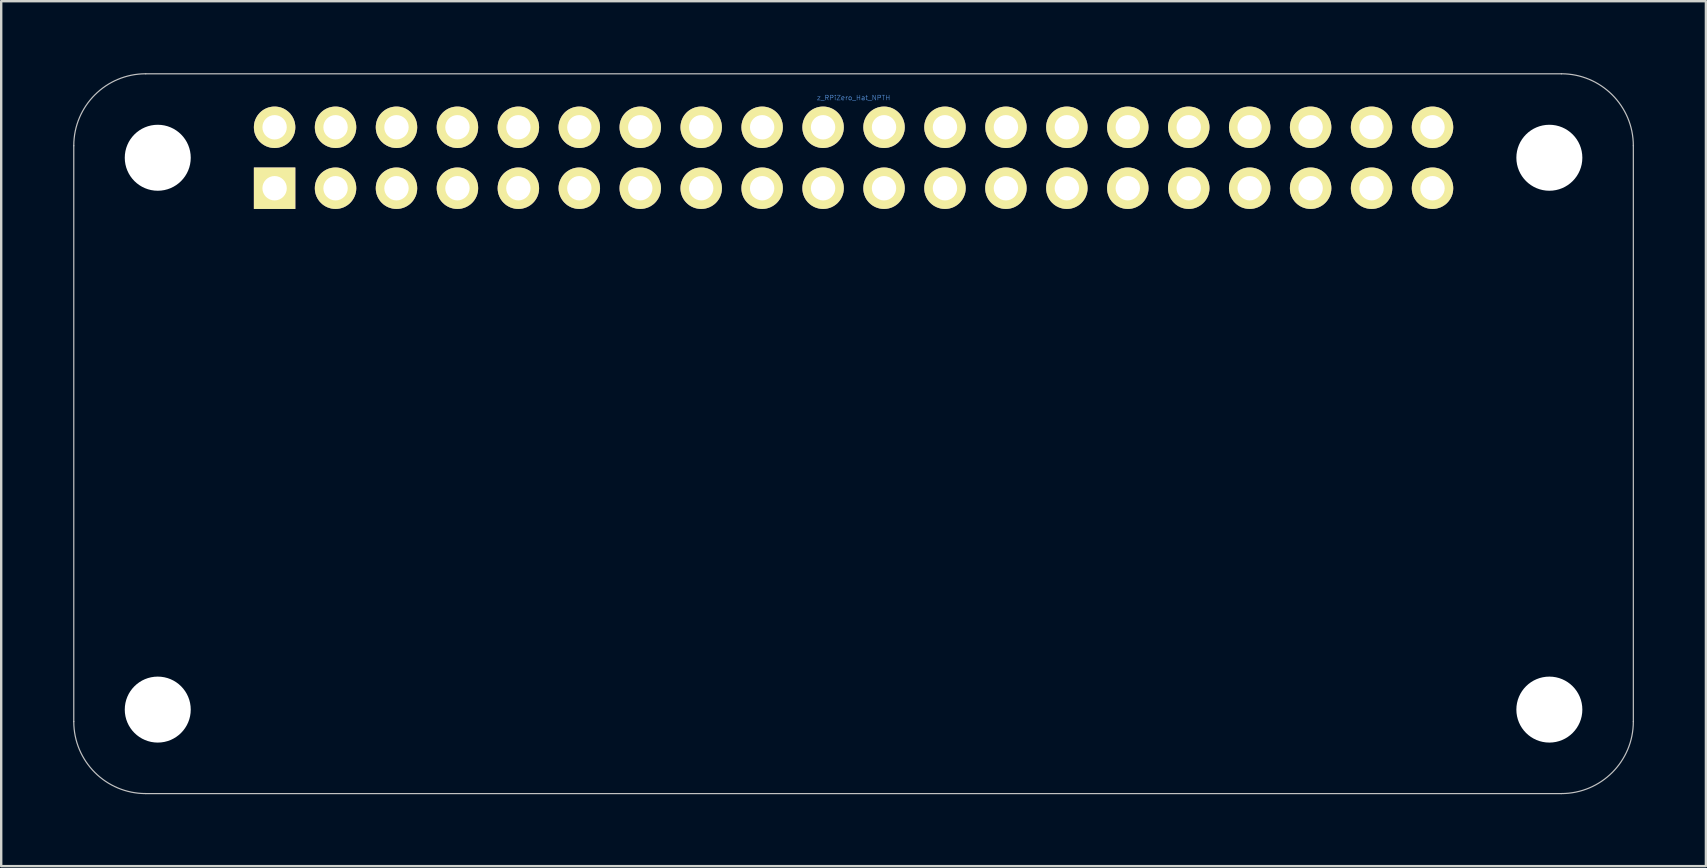
<source format=kicad_pcb>
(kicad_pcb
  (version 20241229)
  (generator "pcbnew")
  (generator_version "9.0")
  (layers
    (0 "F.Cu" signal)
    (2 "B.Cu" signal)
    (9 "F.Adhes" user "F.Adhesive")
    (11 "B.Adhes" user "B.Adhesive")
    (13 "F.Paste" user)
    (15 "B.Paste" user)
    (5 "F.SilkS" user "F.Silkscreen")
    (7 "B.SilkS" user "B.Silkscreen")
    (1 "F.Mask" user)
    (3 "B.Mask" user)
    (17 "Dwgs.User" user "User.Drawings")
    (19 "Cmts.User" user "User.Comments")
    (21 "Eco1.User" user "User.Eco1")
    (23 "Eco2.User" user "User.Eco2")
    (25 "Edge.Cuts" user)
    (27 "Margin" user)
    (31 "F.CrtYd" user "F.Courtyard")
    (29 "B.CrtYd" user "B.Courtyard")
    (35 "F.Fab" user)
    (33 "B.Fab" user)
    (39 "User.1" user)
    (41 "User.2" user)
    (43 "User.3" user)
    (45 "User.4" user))
  (footprint "z_RPiZero_Hat_NPTH"
    (layer "F.Cu")
    (at 32.525 15.025)
    (property "Reference" "z_RPiZero_Hat_NPTH" (at 0 -14 0) (layer "Cmts.User") (effects (font (size 0.2 0.2) (thickness 0.02))))
    (attr through_hole)
    (fp_line (start -32.5 -12) (end -32.5 12) (stroke (width 0.05) (type solid)) (layer "Dwgs.User"))
    (fp_line (start -29.5 15) (end 29.5 15) (stroke (width 0.05) (type solid)) (layer "Dwgs.User"))
    (fp_line (start 29.5 -15) (end -29.5 -15) (stroke (width 0.05) (type solid)) (layer "Dwgs.User"))
    (fp_line (start 32.5 12) (end 32.5 -12) (stroke (width 0.05) (type solid)) (layer "Dwgs.User"))
    (fp_arc (start -32.5 -12) (mid -31.62132 -14.12132) (end -29.5 -15) (stroke (width 0.05) (type solid)) (layer "Dwgs.User"))
    (fp_arc (start -29.5 15) (mid -31.62132 14.12132) (end -32.5 12) (stroke (width 0.05) (type solid)) (layer "Dwgs.User"))
    (fp_arc (start 29.5 -15) (mid 31.62132 -14.12132) (end 32.5 -12) (stroke (width 0.05) (type solid)) (layer "Dwgs.User"))
    (fp_arc (start 32.5 12) (mid 31.62132 14.12132) (end 29.5 15) (stroke (width 0.05) (type solid)) (layer "Dwgs.User"))
    (pad "" np_thru_hole circle (at -29 -11.5) (size 2.75 2.75) (drill 2.75) (layers "*.Cu" "*.Mask"))
    (pad "" smd circle (at -29 -11.5) (size 6 6) (layers "*.Mask"))
    (pad "" np_thru_hole circle (at -29 11.5) (size 2.75 2.75) (drill 2.75) (layers "*.Cu" "*.Mask"))
    (pad "" smd circle (at -29 11.5) (size 6 6) (layers "*.Mask"))
    (pad "" np_thru_hole circle (at 29 -11.5) (size 2.75 2.75) (drill 2.75) (layers "*.Cu" "*.Mask"))
    (pad "" smd circle (at 29 -11.5) (size 6 6) (layers "*.Mask"))
    (pad "" np_thru_hole circle (at 29 11.5) (size 2.75 2.75) (drill 2.75) (layers "*.Cu" "*.Mask"))
    (pad "" smd circle (at 29 11.5) (size 6 6) (layers "*.Mask"))
    (pad "1" thru_hole rect (at -24.13 -10.23 180) (size 1.727 1.727) (drill 1.016) (layers "*.Cu" "*.Mask" "F.SilkS"))
    (pad "2" thru_hole circle (at -24.13 -12.77 180) (size 1.727 1.727) (drill 1.016) (layers "*.Cu" "*.Mask" "F.SilkS"))
    (pad "3" thru_hole circle (at -21.59 -10.23 180) (size 1.727 1.727) (drill 1.016) (layers "*.Cu" "*.Mask" "F.SilkS"))
    (pad "4" thru_hole circle (at -21.59 -12.77 180) (size 1.727 1.727) (drill 1.016) (layers "*.Cu" "*.Mask" "F.SilkS"))
    (pad "5" thru_hole circle (at -19.05 -10.23 180) (size 1.727 1.727) (drill 1.016) (layers "*.Cu" "*.Mask" "F.SilkS"))
    (pad "6" thru_hole circle (at -19.05 -12.77 180) (size 1.727 1.727) (drill 1.016) (layers "*.Cu" "*.Mask" "F.SilkS"))
    (pad "7" thru_hole circle (at -16.51 -10.23 180) (size 1.727 1.727) (drill 1.016) (layers "*.Cu" "*.Mask" "F.SilkS"))
    (pad "8" thru_hole circle (at -16.51 -12.77 180) (size 1.727 1.727) (drill 1.016) (layers "*.Cu" "*.Mask" "F.SilkS"))
    (pad "9" thru_hole circle (at -13.97 -10.23 180) (size 1.727 1.727) (drill 1.016) (layers "*.Cu" "*.Mask" "F.SilkS"))
    (pad "10" thru_hole circle (at -13.97 -12.77 180) (size 1.727 1.727) (drill 1.016) (layers "*.Cu" "*.Mask" "F.SilkS"))
    (pad "11" thru_hole circle (at -11.43 -10.23 180) (size 1.727 1.727) (drill 1.016) (layers "*.Cu" "*.Mask" "F.SilkS"))
    (pad "12" thru_hole circle (at -11.43 -12.77 180) (size 1.727 1.727) (drill 1.016) (layers "*.Cu" "*.Mask" "F.SilkS"))
    (pad "13" thru_hole circle (at -8.89 -10.23 180) (size 1.727 1.727) (drill 1.016) (layers "*.Cu" "*.Mask" "F.SilkS"))
    (pad "14" thru_hole circle (at -8.89 -12.77 180) (size 1.727 1.727) (drill 1.016) (layers "*.Cu" "*.Mask" "F.SilkS"))
    (pad "15" thru_hole circle (at -6.35 -10.23 180) (size 1.727 1.727) (drill 1.016) (layers "*.Cu" "*.Mask" "F.SilkS"))
    (pad "16" thru_hole circle (at -6.35 -12.77 180) (size 1.727 1.727) (drill 1.016) (layers "*.Cu" "*.Mask" "F.SilkS"))
    (pad "17" thru_hole circle (at -3.81 -10.23 180) (size 1.727 1.727) (drill 1.016) (layers "*.Cu" "*.Mask" "F.SilkS"))
    (pad "18" thru_hole circle (at -3.81 -12.77 180) (size 1.727 1.727) (drill 1.016) (layers "*.Cu" "*.Mask" "F.SilkS"))
    (pad "19" thru_hole circle (at -1.27 -10.23 180) (size 1.727 1.727) (drill 1.016) (layers "*.Cu" "*.Mask" "F.SilkS"))
    (pad "20" thru_hole circle (at -1.27 -12.77 180) (size 1.727 1.727) (drill 1.016) (layers "*.Cu" "*.Mask" "F.SilkS"))
    (pad "21" thru_hole circle (at 1.27 -10.23 180) (size 1.727 1.727) (drill 1.016) (layers "*.Cu" "*.Mask" "F.SilkS"))
    (pad "22" thru_hole circle (at 1.27 -12.77 180) (size 1.727 1.727) (drill 1.016) (layers "*.Cu" "*.Mask" "F.SilkS"))
    (pad "23" thru_hole circle (at 3.81 -10.23 180) (size 1.727 1.727) (drill 1.016) (layers "*.Cu" "*.Mask" "F.SilkS"))
    (pad "24" thru_hole circle (at 3.81 -12.77 180) (size 1.727 1.727) (drill 1.016) (layers "*.Cu" "*.Mask" "F.SilkS"))
    (pad "25" thru_hole circle (at 6.35 -10.23 180) (size 1.727 1.727) (drill 1.016) (layers "*.Cu" "*.Mask" "F.SilkS"))
    (pad "26" thru_hole circle (at 6.35 -12.77 180) (size 1.727 1.727) (drill 1.016) (layers "*.Cu" "*.Mask" "F.SilkS"))
    (pad "27" thru_hole circle (at 8.89 -10.23 180) (size 1.727 1.727) (drill 1.016) (layers "*.Cu" "*.Mask" "F.SilkS"))
    (pad "28" thru_hole circle (at 8.89 -12.77 180) (size 1.727 1.727) (drill 1.016) (layers "*.Cu" "*.Mask" "F.SilkS"))
    (pad "29" thru_hole circle (at 11.43 -10.23 180) (size 1.727 1.727) (drill 1.016) (layers "*.Cu" "*.Mask" "F.SilkS"))
    (pad "30" thru_hole circle (at 11.43 -12.77 180) (size 1.727 1.727) (drill 1.016) (layers "*.Cu" "*.Mask" "F.SilkS"))
    (pad "31" thru_hole circle (at 13.97 -10.23 180) (size 1.727 1.727) (drill 1.016) (layers "*.Cu" "*.Mask" "F.SilkS"))
    (pad "32" thru_hole circle (at 13.97 -12.77 180) (size 1.727 1.727) (drill 1.016) (layers "*.Cu" "*.Mask" "F.SilkS"))
    (pad "33" thru_hole circle (at 16.51 -10.23 180) (size 1.727 1.727) (drill 1.016) (layers "*.Cu" "*.Mask" "F.SilkS"))
    (pad "34" thru_hole circle (at 16.51 -12.77 180) (size 1.727 1.727) (drill 1.016) (layers "*.Cu" "*.Mask" "F.SilkS"))
    (pad "35" thru_hole circle (at 19.05 -10.23 180) (size 1.727 1.727) (drill 1.016) (layers "*.Cu" "*.Mask" "F.SilkS"))
    (pad "36" thru_hole circle (at 19.05 -12.77 180) (size 1.727 1.727) (drill 1.016) (layers "*.Cu" "*.Mask" "F.SilkS"))
    (pad "37" thru_hole circle (at 21.59 -10.23 180) (size 1.727 1.727) (drill 1.016) (layers "*.Cu" "*.Mask" "F.SilkS"))
    (pad "38" thru_hole circle (at 21.59 -12.77 180) (size 1.727 1.727) (drill 1.016) (layers "*.Cu" "*.Mask" "F.SilkS"))
    (pad "39" thru_hole circle (at 24.13 -10.23 180) (size 1.727 1.727) (drill 1.016) (layers "*.Cu" "*.Mask" "F.SilkS"))
    (pad "40" thru_hole circle (at 24.13 -12.77 180) (size 1.727 1.727) (drill 1.016) (layers "*.Cu" "*.Mask" "F.SilkS")))
  (gr_rect
    (start -3 -3)
    (end 68.05 33.05)
    (stroke (width 0.1) (type default))
    (fill no)
    (layer "Edge.Cuts")))
</source>
